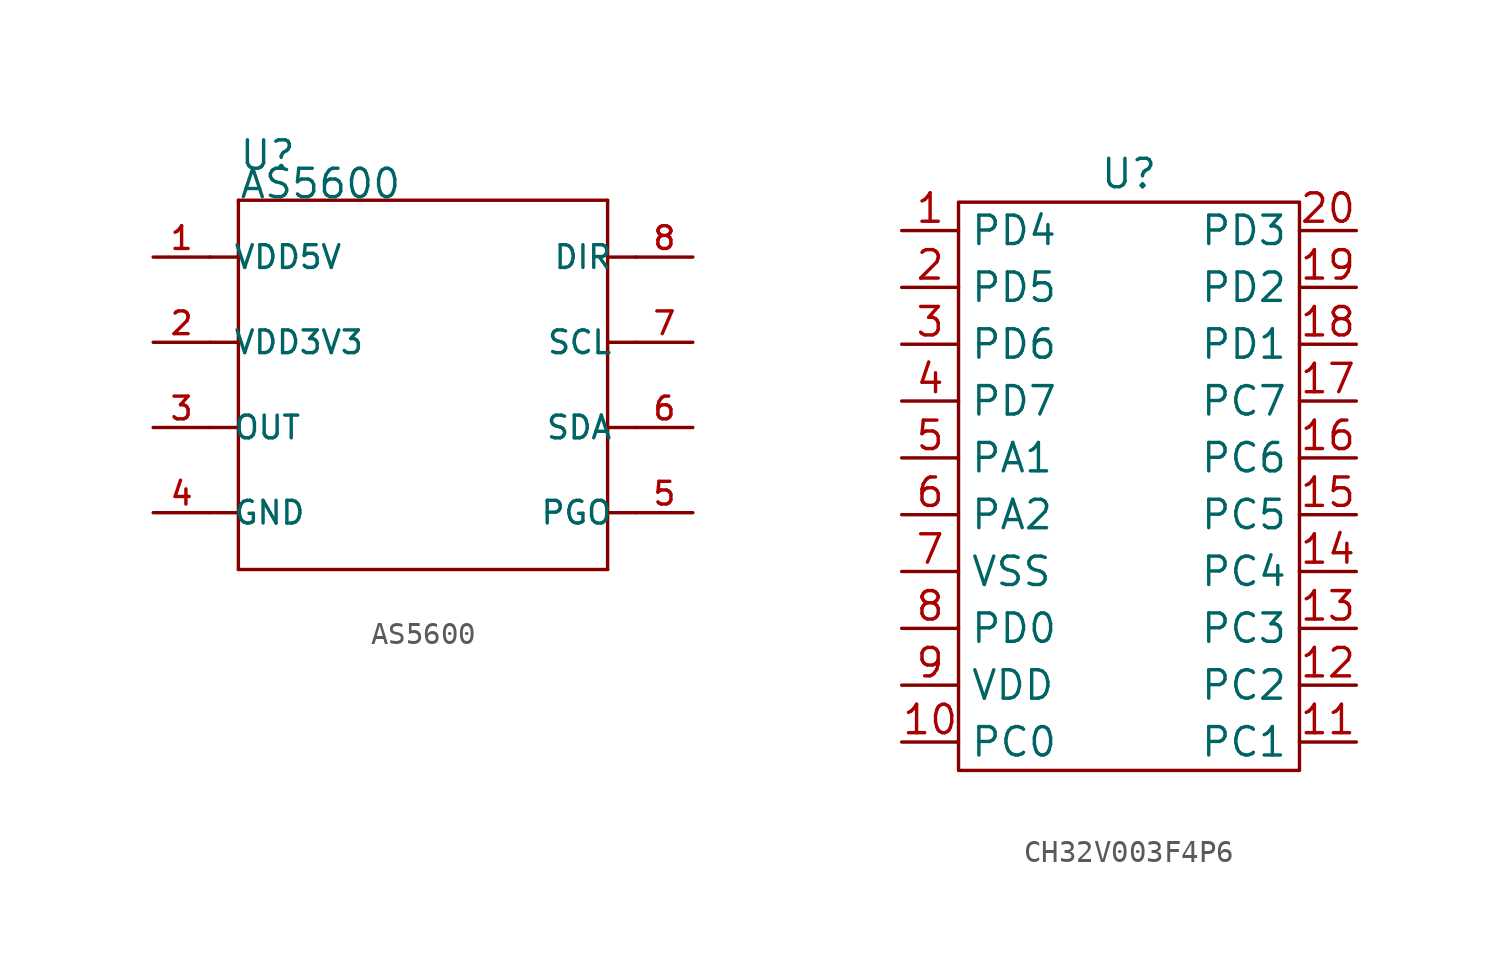
<source format=kicad_sym>
(kicad_symbol_lib
  (version 20220914)
  (generator kicad_symbol_editor)
  (symbol "AS5600"
    (pin_names
      (offset 1.016))
    (property "Reference" "U"
      (at -7.62 10.16 0)
      (effects (font (size 1.27 1.27)) (justify left bottom)))
    (property "Value" "AS5600"
      (at -7.62 8.89 0)
      (effects (font (size 1.27 1.27)) (justify left bottom)))
    (symbol "AS5600_0_0"
      (polyline (pts (xy -7.62 -7.62) (xy -7.62 -5.08)) (stroke (width 0.152) (type default)) (fill (type none)))
      (polyline (pts (xy -7.62 -5.08) (xy -8.89 -5.08)) (stroke (width 0.152) (type default)) (fill (type none)))
      (polyline (pts (xy -7.62 -5.08) (xy -7.62 -1.27)) (stroke (width 0.152) (type default)) (fill (type none)))
      (polyline (pts (xy -7.62 -1.27) (xy -8.89 -1.27)) (stroke (width 0.152) (type default)) (fill (type none)))
      (polyline (pts (xy -7.62 -1.27) (xy -7.62 2.54)) (stroke (width 0.152) (type default)) (fill (type none)))
      (polyline (pts (xy -7.62 2.54) (xy -8.89 2.54)) (stroke (width 0.152) (type default)) (fill (type none)))
      (polyline (pts (xy -7.62 2.54) (xy -7.62 6.35)) (stroke (width 0.152) (type default)) (fill (type none)))
      (polyline (pts (xy -7.62 6.35) (xy -8.89 6.35)) (stroke (width 0.152) (type default)) (fill (type none)))
      (polyline (pts (xy -7.62 6.35) (xy -7.62 8.89)) (stroke (width 0.152) (type default)) (fill (type none)))
      (polyline (pts (xy -7.62 8.89) (xy 8.89 8.89)) (stroke (width 0.152) (type default)) (fill (type none)))
      (polyline (pts (xy 8.89 -7.62) (xy -7.62 -7.62)) (stroke (width 0.152) (type default)) (fill (type none)))
      (polyline (pts (xy 8.89 -5.08) (xy 8.89 -7.62)) (stroke (width 0.152) (type default)) (fill (type none)))
      (polyline (pts (xy 8.89 -1.27) (xy 8.89 -5.08)) (stroke (width 0.152) (type default)) (fill (type none)))
      (polyline (pts (xy 8.89 2.54) (xy 8.89 -1.27)) (stroke (width 0.152) (type default)) (fill (type none)))
      (polyline (pts (xy 8.89 6.35) (xy 8.89 2.54)) (stroke (width 0.152) (type default)) (fill (type none)))
      (polyline (pts (xy 8.89 8.89) (xy 8.89 6.35)) (stroke (width 0.152) (type default)) (fill (type none)))
      (polyline (pts (xy 10.16 -5.08) (xy 8.89 -5.08)) (stroke (width 0.152) (type default)) (fill (type none)))
      (polyline (pts (xy 10.16 -1.27) (xy 8.89 -1.27)) (stroke (width 0.152) (type default)) (fill (type none)))
      (polyline (pts (xy 10.16 2.54) (xy 8.89 2.54)) (stroke (width 0.152) (type default)) (fill (type none)))
      (polyline (pts (xy 10.16 6.35) (xy 8.89 6.35)) (stroke (width 0.152) (type default)) (fill (type none)))
      (pin bidirectional line (at -11.43 6.35 0) (length 2.54) (name "VDD5V" (effects (font (size 1.016 1.016)))) (number "1" (effects (font (size 1.016 1.016)))))
      (pin bidirectional line (at -11.43 2.54 0) (length 2.54) (name "VDD3V3" (effects (font (size 1.016 1.016)))) (number "2" (effects (font (size 1.016 1.016)))))
      (pin bidirectional line (at -11.43 -1.27 0) (length 2.54) (name "OUT" (effects (font (size 1.016 1.016)))) (number "3" (effects (font (size 1.016 1.016)))))
      (pin bidirectional line (at -11.43 -5.08 0) (length 2.54) (name "GND" (effects (font (size 1.016 1.016)))) (number "4" (effects (font (size 1.016 1.016)))))
      (pin bidirectional line (at 12.7 -5.08 180) (length 2.54) (name "PGO" (effects (font (size 1.016 1.016)))) (number "5" (effects (font (size 1.016 1.016)))))
      (pin bidirectional line (at 12.7 -1.27 180) (length 2.54) (name "SDA" (effects (font (size 1.016 1.016)))) (number "6" (effects (font (size 1.016 1.016)))))
      (pin bidirectional line (at 12.7 2.54 180) (length 2.54) (name "SCL" (effects (font (size 1.016 1.016)))) (number "7" (effects (font (size 1.016 1.016)))))
      (pin bidirectional line (at 12.7 6.35 180) (length 2.54) (name "DIR" (effects (font (size 1.016 1.016)))) (number "8" (effects (font (size 1.016 1.016)))))))
  (symbol "CH32V003F4P6"
    (property "Reference" "U"
      (at 7.62 2.54 0)
      (effects (font (size 1.27 1.27))))
    (property "Value" ""
      (at 0 0 0)
      (effects (font (size 1.27 1.27))))
    (symbol "CH32V003F4P6_0_1"
      (rectangle (start 0 1.27) (end 15.24 -24.13) (stroke (width 0) (type default)) (fill (type none))))
    (symbol "CH32V003F4P6_1_1"
      (pin bidirectional line (at -2.54 0 0) (length 2.54) (name "PD4" (effects (font (size 1.27 1.27)))) (number "1" (effects (font (size 1.27 1.27)))))
      (pin bidirectional line (at -2.54 -22.86 0) (length 2.54) (name "PC0" (effects (font (size 1.27 1.27)))) (number "10" (effects (font (size 1.27 1.27)))))
      (pin bidirectional line (at 17.78 -22.86 180) (length 2.54) (name "PC1" (effects (font (size 1.27 1.27)))) (number "11" (effects (font (size 1.27 1.27)))))
      (pin bidirectional line (at 17.78 -20.32 180) (length 2.54) (name "PC2" (effects (font (size 1.27 1.27)))) (number "12" (effects (font (size 1.27 1.27)))))
      (pin bidirectional line (at 17.78 -17.78 180) (length 2.54) (name "PC3" (effects (font (size 1.27 1.27)))) (number "13" (effects (font (size 1.27 1.27)))))
      (pin bidirectional line (at 17.78 -15.24 180) (length 2.54) (name "PC4" (effects (font (size 1.27 1.27)))) (number "14" (effects (font (size 1.27 1.27)))))
      (pin bidirectional line (at 17.78 -12.7 180) (length 2.54) (name "PC5" (effects (font (size 1.27 1.27)))) (number "15" (effects (font (size 1.27 1.27)))))
      (pin bidirectional line (at 17.78 -10.16 180) (length 2.54) (name "PC6" (effects (font (size 1.27 1.27)))) (number "16" (effects (font (size 1.27 1.27)))))
      (pin bidirectional line (at 17.78 -7.62 180) (length 2.54) (name "PC7" (effects (font (size 1.27 1.27)))) (number "17" (effects (font (size 1.27 1.27)))))
      (pin bidirectional line (at 17.78 -5.08 180) (length 2.54) (name "PD1" (effects (font (size 1.27 1.27)))) (number "18" (effects (font (size 1.27 1.27)))))
      (pin bidirectional line (at 17.78 -2.54 180) (length 2.54) (name "PD2" (effects (font (size 1.27 1.27)))) (number "19" (effects (font (size 1.27 1.27)))))
      (pin bidirectional line (at -2.54 -2.54 0) (length 2.54) (name "PD5" (effects (font (size 1.27 1.27)))) (number "2" (effects (font (size 1.27 1.27)))))
      (pin bidirectional line (at 17.78 0 180) (length 2.54) (name "PD3" (effects (font (size 1.27 1.27)))) (number "20" (effects (font (size 1.27 1.27)))))
      (pin bidirectional line (at -2.54 -5.08 0) (length 2.54) (name "PD6" (effects (font (size 1.27 1.27)))) (number "3" (effects (font (size 1.27 1.27)))))
      (pin bidirectional line (at -2.54 -7.62 0) (length 2.54) (name "PD7" (effects (font (size 1.27 1.27)))) (number "4" (effects (font (size 1.27 1.27)))))
      (pin bidirectional line (at -2.54 -10.16 0) (length 2.54) (name "PA1" (effects (font (size 1.27 1.27)))) (number "5" (effects (font (size 1.27 1.27)))))
      (pin bidirectional line (at -2.54 -12.7 0) (length 2.54) (name "PA2" (effects (font (size 1.27 1.27)))) (number "6" (effects (font (size 1.27 1.27)))))
      (pin power_in line (at -2.54 -15.24 0) (length 2.54) (name "VSS" (effects (font (size 1.27 1.27)))) (number "7" (effects (font (size 1.27 1.27)))))
      (pin bidirectional line (at -2.54 -17.78 0) (length 2.54) (name "PD0" (effects (font (size 1.27 1.27)))) (number "8" (effects (font (size 1.27 1.27)))))
      (pin power_in line (at -2.54 -20.32 0) (length 2.54) (name "VDD" (effects (font (size 1.27 1.27)))) (number "9" (effects (font (size 1.27 1.27))))))))
</source>
